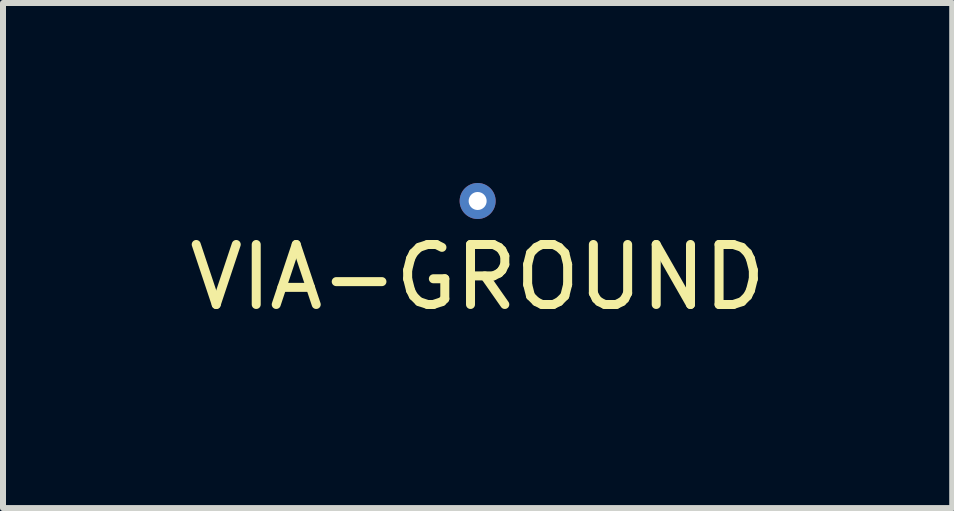
<source format=kicad_pcb>
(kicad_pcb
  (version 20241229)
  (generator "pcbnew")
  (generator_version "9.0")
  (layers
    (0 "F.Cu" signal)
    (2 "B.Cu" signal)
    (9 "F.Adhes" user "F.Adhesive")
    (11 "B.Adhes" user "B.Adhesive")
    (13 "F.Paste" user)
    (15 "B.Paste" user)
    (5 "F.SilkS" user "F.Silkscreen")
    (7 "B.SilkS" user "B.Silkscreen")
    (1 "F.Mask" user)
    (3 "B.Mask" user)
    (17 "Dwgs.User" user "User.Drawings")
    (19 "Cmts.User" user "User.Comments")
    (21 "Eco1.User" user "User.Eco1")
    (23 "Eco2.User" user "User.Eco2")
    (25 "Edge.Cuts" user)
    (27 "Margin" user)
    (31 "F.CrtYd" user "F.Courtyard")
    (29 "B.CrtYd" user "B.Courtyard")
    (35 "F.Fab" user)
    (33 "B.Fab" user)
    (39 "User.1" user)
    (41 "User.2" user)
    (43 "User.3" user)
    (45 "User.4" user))
  (footprint "VIA-GROUND"
    (layer "F.Cu")
    (at 4.911 0.3)
    (property "Reference" "VIA-GROUND" (at 0 1.27 0) (layer "F.SilkS") (effects (font (size 1 1) (thickness 0.15))))
    (attr through_hole)
    (pad "1" thru_hole circle (at 0 0) (size 0.6 0.6) (drill 0.3) (layers "*.Cu")))
  (gr_rect
    (start -3 -3)
    (end 12.821 5.418)
    (stroke (width 0.1) (type default))
    (fill no)
    (layer "Edge.Cuts")))
</source>
